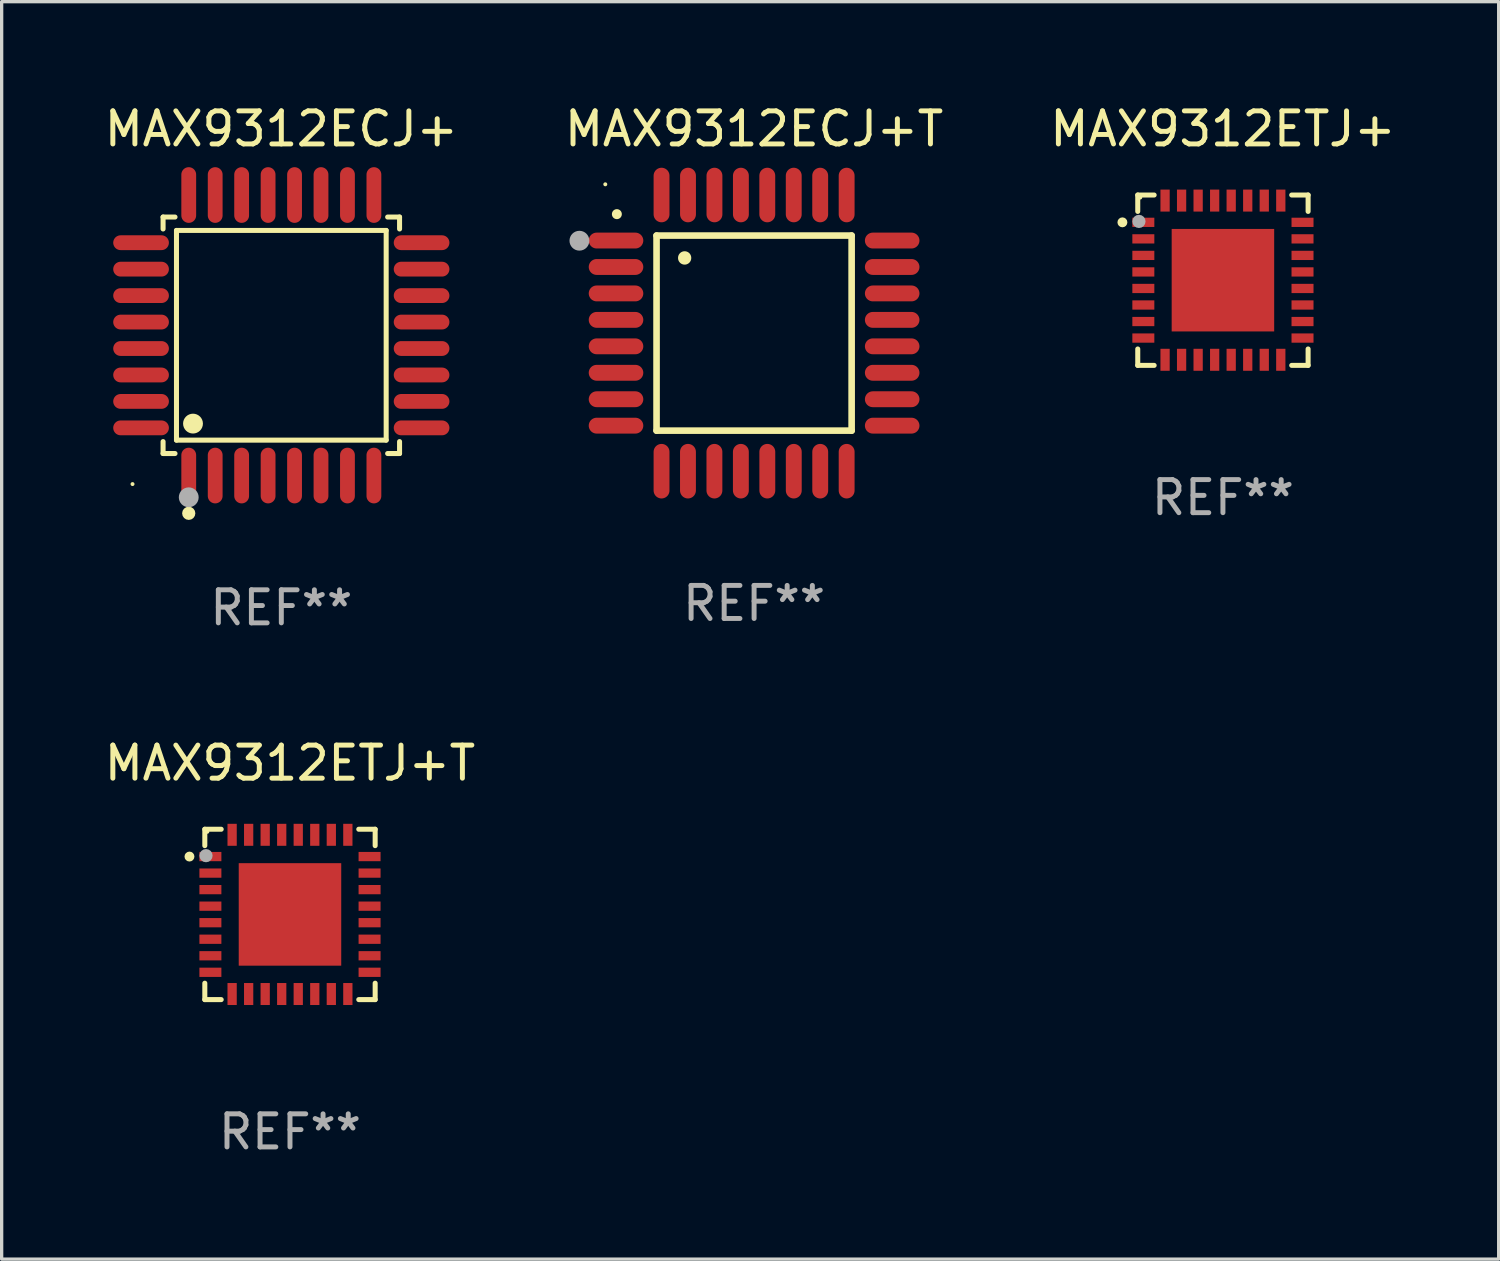
<source format=kicad_pcb>
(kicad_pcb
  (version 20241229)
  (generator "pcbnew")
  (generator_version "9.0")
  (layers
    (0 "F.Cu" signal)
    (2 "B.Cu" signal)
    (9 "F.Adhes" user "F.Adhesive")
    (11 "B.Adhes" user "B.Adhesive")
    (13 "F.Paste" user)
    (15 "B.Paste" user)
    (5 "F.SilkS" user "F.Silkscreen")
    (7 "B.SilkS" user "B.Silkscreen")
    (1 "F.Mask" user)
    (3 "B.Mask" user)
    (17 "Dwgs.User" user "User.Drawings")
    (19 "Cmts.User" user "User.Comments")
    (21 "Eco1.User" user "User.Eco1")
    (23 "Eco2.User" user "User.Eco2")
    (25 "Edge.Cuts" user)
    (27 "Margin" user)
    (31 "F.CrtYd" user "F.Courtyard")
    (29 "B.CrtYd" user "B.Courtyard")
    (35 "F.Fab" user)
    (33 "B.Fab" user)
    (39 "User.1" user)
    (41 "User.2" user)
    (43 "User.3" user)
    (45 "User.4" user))
  (footprint "MAX9312ETJ+T"
    (layer "F.Cu")
    (at 5.72 24.605)
    (property "Reference" "MAX9312ETJ+T" (at 0 -4.576 0) (layer "F.SilkS") (effects (font (size 1 1) (thickness 0.15))))
    (attr through_hole)
    (fp_line (start -2.576 -2.576) (end -2.576 -2.08) (stroke (width 0.152) (type solid)) (layer "F.SilkS"))
    (fp_line (start -2.576 2.576) (end -2.576 2.08) (stroke (width 0.152) (type solid)) (layer "F.SilkS"))
    (fp_line (start -2.08 -2.576) (end -2.576 -2.576) (stroke (width 0.152) (type solid)) (layer "F.SilkS"))
    (fp_line (start -2.08 2.576) (end -2.576 2.576) (stroke (width 0.152) (type solid)) (layer "F.SilkS"))
    (fp_line (start 2.08 -2.576) (end 2.576 -2.576) (stroke (width 0.152) (type solid)) (layer "F.SilkS"))
    (fp_line (start 2.08 2.576) (end 2.576 2.576) (stroke (width 0.152) (type solid)) (layer "F.SilkS"))
    (fp_line (start 2.576 -2.576) (end 2.576 -2.08) (stroke (width 0.152) (type solid)) (layer "F.SilkS"))
    (fp_line (start 2.576 2.576) (end 2.576 2.08) (stroke (width 0.152) (type solid)) (layer "F.SilkS"))
    (fp_circle (center -3.04 -1.75) (end -2.965 -1.75) (stroke (width 0.15) (type solid)) (fill no) (layer "F.SilkS"))
    (fp_circle (center -2.5 -2.5) (end -2.47 -2.5) (stroke (width 0.06) (type solid)) (fill no) (layer "F.SilkS"))
    (fp_circle (center -2.54 -1.778) (end -2.44 -1.778) (stroke (width 0.2) (type solid)) (fill no) (layer "F.Fab"))
    (fp_text user "REF**" (at 0 6.576 0) (layer "F.Fab") (effects (font (size 1 1) (thickness 0.15))))
    (pad "1" smd rect (at -2.407 -1.75) (size 0.665 0.28) (layers "F.Cu" "F.Mask" "F.Paste"))
    (pad "2" smd rect (at -2.407 -1.25) (size 0.665 0.28) (layers "F.Cu" "F.Mask" "F.Paste"))
    (pad "3" smd rect (at -2.407 -0.75) (size 0.665 0.28) (layers "F.Cu" "F.Mask" "F.Paste"))
    (pad "4" smd rect (at -2.407 -0.25) (size 0.665 0.28) (layers "F.Cu" "F.Mask" "F.Paste"))
    (pad "5" smd rect (at -2.407 0.25) (size 0.665 0.28) (layers "F.Cu" "F.Mask" "F.Paste"))
    (pad "6" smd rect (at -2.407 0.75) (size 0.665 0.28) (layers "F.Cu" "F.Mask" "F.Paste"))
    (pad "7" smd rect (at -2.407 1.25) (size 0.665 0.28) (layers "F.Cu" "F.Mask" "F.Paste"))
    (pad "8" smd rect (at -2.407 1.75) (size 0.665 0.28) (layers "F.Cu" "F.Mask" "F.Paste"))
    (pad "9" smd rect (at -1.75 2.407) (size 0.28 0.665) (layers "F.Cu" "F.Mask" "F.Paste"))
    (pad "10" smd rect (at -1.25 2.407) (size 0.28 0.665) (layers "F.Cu" "F.Mask" "F.Paste"))
    (pad "11" smd rect (at -0.75 2.407) (size 0.28 0.665) (layers "F.Cu" "F.Mask" "F.Paste"))
    (pad "12" smd rect (at -0.25 2.407) (size 0.28 0.665) (layers "F.Cu" "F.Mask" "F.Paste"))
    (pad "13" smd rect (at 0.25 2.407) (size 0.28 0.665) (layers "F.Cu" "F.Mask" "F.Paste"))
    (pad "14" smd rect (at 0.75 2.407) (size 0.28 0.665) (layers "F.Cu" "F.Mask" "F.Paste"))
    (pad "15" smd rect (at 1.25 2.407) (size 0.28 0.665) (layers "F.Cu" "F.Mask" "F.Paste"))
    (pad "16" smd rect (at 1.75 2.407) (size 0.28 0.665) (layers "F.Cu" "F.Mask" "F.Paste"))
    (pad "17" smd rect (at 2.407 1.75) (size 0.665 0.28) (layers "F.Cu" "F.Mask" "F.Paste"))
    (pad "18" smd rect (at 2.407 1.25) (size 0.665 0.28) (layers "F.Cu" "F.Mask" "F.Paste"))
    (pad "19" smd rect (at 2.407 0.75) (size 0.665 0.28) (layers "F.Cu" "F.Mask" "F.Paste"))
    (pad "20" smd rect (at 2.407 0.25) (size 0.665 0.28) (layers "F.Cu" "F.Mask" "F.Paste"))
    (pad "21" smd rect (at 2.407 -0.25) (size 0.665 0.28) (layers "F.Cu" "F.Mask" "F.Paste"))
    (pad "22" smd rect (at 2.407 -0.75) (size 0.665 0.28) (layers "F.Cu" "F.Mask" "F.Paste"))
    (pad "23" smd rect (at 2.407 -1.25) (size 0.665 0.28) (layers "F.Cu" "F.Mask" "F.Paste"))
    (pad "24" smd rect (at 2.407 -1.75) (size 0.665 0.28) (layers "F.Cu" "F.Mask" "F.Paste"))
    (pad "25" smd rect (at 1.75 -2.408) (size 0.28 0.665) (layers "F.Cu" "F.Mask" "F.Paste"))
    (pad "26" smd rect (at 1.25 -2.408) (size 0.28 0.665) (layers "F.Cu" "F.Mask" "F.Paste"))
    (pad "27" smd rect (at 0.75 -2.408) (size 0.28 0.665) (layers "F.Cu" "F.Mask" "F.Paste"))
    (pad "28" smd rect (at 0.25 -2.408) (size 0.28 0.665) (layers "F.Cu" "F.Mask" "F.Paste"))
    (pad "29" smd rect (at -0.25 -2.408) (size 0.28 0.665) (layers "F.Cu" "F.Mask" "F.Paste"))
    (pad "30" smd rect (at -0.75 -2.408) (size 0.28 0.665) (layers "F.Cu" "F.Mask" "F.Paste"))
    (pad "31" smd rect (at -1.25 -2.408) (size 0.28 0.665) (layers "F.Cu" "F.Mask" "F.Paste"))
    (pad "32" smd rect (at -1.75 -2.408) (size 0.28 0.665) (layers "F.Cu" "F.Mask" "F.Paste"))
    (pad "33" smd rect (at -0.000076 -0.000102) (size 3.1 3.1) (layers "F.Cu" "F.Mask" "F.Paste")))
  (footprint "MAX9312ECJ+"
    (layer "F.Cu")
    (at 5.458 7.09)
    (property "Reference" "MAX9312ECJ+" (at 0 -6.242 0) (layer "F.SilkS") (effects (font (size 1 1) (thickness 0.15))))
    (attr through_hole)
    (fp_line (start -3.576 -3.576) (end -3.215 -3.576) (stroke (width 0.152) (type solid)) (layer "F.SilkS"))
    (fp_line (start -3.576 -3.215) (end -3.576 -3.576) (stroke (width 0.152) (type solid)) (layer "F.SilkS"))
    (fp_line (start -3.576 3.215) (end -3.576 3.576) (stroke (width 0.152) (type solid)) (layer "F.SilkS"))
    (fp_line (start -3.576 3.576) (end -3.215 3.576) (stroke (width 0.152) (type solid)) (layer "F.SilkS"))
    (fp_line (start -3.171 -3.171) (end 3.171 -3.171) (stroke (width 0.152) (type solid)) (layer "F.SilkS"))
    (fp_line (start -3.171 3.171) (end -3.171 -3.171) (stroke (width 0.152) (type solid)) (layer "F.SilkS"))
    (fp_line (start 3.171 -3.171) (end 3.171 3.171) (stroke (width 0.152) (type solid)) (layer "F.SilkS"))
    (fp_line (start 3.171 3.171) (end -3.171 3.171) (stroke (width 0.152) (type solid)) (layer "F.SilkS"))
    (fp_line (start 3.576 -3.576) (end 3.215 -3.576) (stroke (width 0.152) (type solid)) (layer "F.SilkS"))
    (fp_line (start 3.576 -3.215) (end 3.576 -3.576) (stroke (width 0.152) (type solid)) (layer "F.SilkS"))
    (fp_line (start 3.576 3.215) (end 3.576 3.576) (stroke (width 0.152) (type solid)) (layer "F.SilkS"))
    (fp_line (start 3.576 3.576) (end 3.215 3.576) (stroke (width 0.152) (type solid)) (layer "F.SilkS"))
    (fp_circle (center -4.5 4.5) (end -4.47 4.5) (stroke (width 0.06) (type solid)) (fill no) (layer "F.SilkS"))
    (fp_circle (center -2.8 5.384) (end -2.7 5.384) (stroke (width 0.2) (type solid)) (fill no) (layer "F.SilkS"))
    (fp_circle (center -2.671 2.671) (end -2.521 2.671) (stroke (width 0.3) (type solid)) (fill no) (layer "F.SilkS"))
    (fp_circle (center -2.8 4.9) (end -2.65 4.9) (stroke (width 0.3) (type solid)) (fill no) (layer "F.Fab"))
    (fp_text user "REF**" (at 0 8.242 0) (layer "F.Fab") (effects (font (size 1 1) (thickness 0.15))))
    (pad "1" smd oval (at -2.8 4.242) (size 0.448 1.684) (layers "F.Cu" "F.Mask" "F.Paste"))
    (pad "2" smd oval (at -2 4.242) (size 0.448 1.684) (layers "F.Cu" "F.Mask" "F.Paste"))
    (pad "3" smd oval (at -1.2 4.242) (size 0.448 1.684) (layers "F.Cu" "F.Mask" "F.Paste"))
    (pad "4" smd oval (at -0.4 4.242) (size 0.448 1.684) (layers "F.Cu" "F.Mask" "F.Paste"))
    (pad "5" smd oval (at 0.4 4.242) (size 0.448 1.684) (layers "F.Cu" "F.Mask" "F.Paste"))
    (pad "6" smd oval (at 1.2 4.242) (size 0.448 1.684) (layers "F.Cu" "F.Mask" "F.Paste"))
    (pad "7" smd oval (at 2 4.242) (size 0.448 1.684) (layers "F.Cu" "F.Mask" "F.Paste"))
    (pad "8" smd oval (at 2.8 4.242) (size 0.448 1.684) (layers "F.Cu" "F.Mask" "F.Paste"))
    (pad "9" smd oval (at 4.242 2.8) (size 1.684 0.448) (layers "F.Cu" "F.Mask" "F.Paste"))
    (pad "10" smd oval (at 4.242 2) (size 1.684 0.448) (layers "F.Cu" "F.Mask" "F.Paste"))
    (pad "11" smd oval (at 4.242 1.2) (size 1.684 0.448) (layers "F.Cu" "F.Mask" "F.Paste"))
    (pad "12" smd oval (at 4.242 0.4) (size 1.684 0.448) (layers "F.Cu" "F.Mask" "F.Paste"))
    (pad "13" smd oval (at 4.242 -0.4) (size 1.684 0.448) (layers "F.Cu" "F.Mask" "F.Paste"))
    (pad "14" smd oval (at 4.242 -1.2) (size 1.684 0.448) (layers "F.Cu" "F.Mask" "F.Paste"))
    (pad "15" smd oval (at 4.242 -2) (size 1.684 0.448) (layers "F.Cu" "F.Mask" "F.Paste"))
    (pad "16" smd oval (at 4.242 -2.8) (size 1.684 0.448) (layers "F.Cu" "F.Mask" "F.Paste"))
    (pad "17" smd oval (at 2.8 -4.242) (size 0.448 1.684) (layers "F.Cu" "F.Mask" "F.Paste"))
    (pad "18" smd oval (at 2 -4.242) (size 0.448 1.684) (layers "F.Cu" "F.Mask" "F.Paste"))
    (pad "19" smd oval (at 1.2 -4.242) (size 0.448 1.684) (layers "F.Cu" "F.Mask" "F.Paste"))
    (pad "20" smd oval (at 0.4 -4.242) (size 0.448 1.684) (layers "F.Cu" "F.Mask" "F.Paste"))
    (pad "21" smd oval (at -0.4 -4.242) (size 0.448 1.684) (layers "F.Cu" "F.Mask" "F.Paste"))
    (pad "22" smd oval (at -1.2 -4.242) (size 0.448 1.684) (layers "F.Cu" "F.Mask" "F.Paste"))
    (pad "23" smd oval (at -2 -4.242) (size 0.448 1.684) (layers "F.Cu" "F.Mask" "F.Paste"))
    (pad "24" smd oval (at -2.8 -4.242) (size 0.448 1.684) (layers "F.Cu" "F.Mask" "F.Paste"))
    (pad "25" smd oval (at -4.242 -2.8) (size 1.684 0.448) (layers "F.Cu" "F.Mask" "F.Paste"))
    (pad "26" smd oval (at -4.242 -2) (size 1.684 0.448) (layers "F.Cu" "F.Mask" "F.Paste"))
    (pad "27" smd oval (at -4.242 -1.2) (size 1.684 0.448) (layers "F.Cu" "F.Mask" "F.Paste"))
    (pad "28" smd oval (at -4.242 -0.4) (size 1.684 0.448) (layers "F.Cu" "F.Mask" "F.Paste"))
    (pad "29" smd oval (at -4.242 0.4) (size 1.684 0.448) (layers "F.Cu" "F.Mask" "F.Paste"))
    (pad "30" smd oval (at -4.242 1.2) (size 1.684 0.448) (layers "F.Cu" "F.Mask" "F.Paste"))
    (pad "31" smd oval (at -4.242 2) (size 1.684 0.448) (layers "F.Cu" "F.Mask" "F.Paste"))
    (pad "32" smd oval (at -4.242 2.8) (size 1.684 0.448) (layers "F.Cu" "F.Mask" "F.Paste")))
  (footprint "MAX9312ETJ+"
    (layer "F.Cu")
    (at 33.935 5.424)
    (property "Reference" "MAX9312ETJ+" (at 0 -4.576 0) (layer "F.SilkS") (effects (font (size 1 1) (thickness 0.15))))
    (attr through_hole)
    (fp_line (start -2.576 -2.576) (end -2.576 -2.08) (stroke (width 0.152) (type solid)) (layer "F.SilkS"))
    (fp_line (start -2.576 2.576) (end -2.576 2.08) (stroke (width 0.152) (type solid)) (layer "F.SilkS"))
    (fp_line (start -2.08 -2.576) (end -2.576 -2.576) (stroke (width 0.152) (type solid)) (layer "F.SilkS"))
    (fp_line (start -2.08 2.576) (end -2.576 2.576) (stroke (width 0.152) (type solid)) (layer "F.SilkS"))
    (fp_line (start 2.08 -2.576) (end 2.576 -2.576) (stroke (width 0.152) (type solid)) (layer "F.SilkS"))
    (fp_line (start 2.08 2.576) (end 2.576 2.576) (stroke (width 0.152) (type solid)) (layer "F.SilkS"))
    (fp_line (start 2.576 -2.576) (end 2.576 -2.08) (stroke (width 0.152) (type solid)) (layer "F.SilkS"))
    (fp_line (start 2.576 2.576) (end 2.576 2.08) (stroke (width 0.152) (type solid)) (layer "F.SilkS"))
    (fp_circle (center -3.04 -1.75) (end -2.965 -1.75) (stroke (width 0.15) (type solid)) (fill no) (layer "F.SilkS"))
    (fp_circle (center -2.5 -2.5) (end -2.47 -2.5) (stroke (width 0.06) (type solid)) (fill no) (layer "F.SilkS"))
    (fp_circle (center -2.54 -1.778) (end -2.44 -1.778) (stroke (width 0.2) (type solid)) (fill no) (layer "F.Fab"))
    (fp_text user "REF**" (at 0 6.576 0) (layer "F.Fab") (effects (font (size 1 1) (thickness 0.15))))
    (pad "1" smd rect (at -2.407 -1.75) (size 0.665 0.28) (layers "F.Cu" "F.Mask" "F.Paste"))
    (pad "2" smd rect (at -2.407 -1.25) (size 0.665 0.28) (layers "F.Cu" "F.Mask" "F.Paste"))
    (pad "3" smd rect (at -2.407 -0.75) (size 0.665 0.28) (layers "F.Cu" "F.Mask" "F.Paste"))
    (pad "4" smd rect (at -2.407 -0.25) (size 0.665 0.28) (layers "F.Cu" "F.Mask" "F.Paste"))
    (pad "5" smd rect (at -2.407 0.25) (size 0.665 0.28) (layers "F.Cu" "F.Mask" "F.Paste"))
    (pad "6" smd rect (at -2.407 0.75) (size 0.665 0.28) (layers "F.Cu" "F.Mask" "F.Paste"))
    (pad "7" smd rect (at -2.407 1.25) (size 0.665 0.28) (layers "F.Cu" "F.Mask" "F.Paste"))
    (pad "8" smd rect (at -2.407 1.75) (size 0.665 0.28) (layers "F.Cu" "F.Mask" "F.Paste"))
    (pad "9" smd rect (at -1.75 2.407) (size 0.28 0.665) (layers "F.Cu" "F.Mask" "F.Paste"))
    (pad "10" smd rect (at -1.25 2.407) (size 0.28 0.665) (layers "F.Cu" "F.Mask" "F.Paste"))
    (pad "11" smd rect (at -0.75 2.407) (size 0.28 0.665) (layers "F.Cu" "F.Mask" "F.Paste"))
    (pad "12" smd rect (at -0.25 2.407) (size 0.28 0.665) (layers "F.Cu" "F.Mask" "F.Paste"))
    (pad "13" smd rect (at 0.25 2.407) (size 0.28 0.665) (layers "F.Cu" "F.Mask" "F.Paste"))
    (pad "14" smd rect (at 0.75 2.407) (size 0.28 0.665) (layers "F.Cu" "F.Mask" "F.Paste"))
    (pad "15" smd rect (at 1.25 2.407) (size 0.28 0.665) (layers "F.Cu" "F.Mask" "F.Paste"))
    (pad "16" smd rect (at 1.75 2.407) (size 0.28 0.665) (layers "F.Cu" "F.Mask" "F.Paste"))
    (pad "17" smd rect (at 2.407 1.75) (size 0.665 0.28) (layers "F.Cu" "F.Mask" "F.Paste"))
    (pad "18" smd rect (at 2.407 1.25) (size 0.665 0.28) (layers "F.Cu" "F.Mask" "F.Paste"))
    (pad "19" smd rect (at 2.407 0.75) (size 0.665 0.28) (layers "F.Cu" "F.Mask" "F.Paste"))
    (pad "20" smd rect (at 2.407 0.25) (size 0.665 0.28) (layers "F.Cu" "F.Mask" "F.Paste"))
    (pad "21" smd rect (at 2.407 -0.25) (size 0.665 0.28) (layers "F.Cu" "F.Mask" "F.Paste"))
    (pad "22" smd rect (at 2.407 -0.75) (size 0.665 0.28) (layers "F.Cu" "F.Mask" "F.Paste"))
    (pad "23" smd rect (at 2.407 -1.25) (size 0.665 0.28) (layers "F.Cu" "F.Mask" "F.Paste"))
    (pad "24" smd rect (at 2.407 -1.75) (size 0.665 0.28) (layers "F.Cu" "F.Mask" "F.Paste"))
    (pad "25" smd rect (at 1.75 -2.408) (size 0.28 0.665) (layers "F.Cu" "F.Mask" "F.Paste"))
    (pad "26" smd rect (at 1.25 -2.408) (size 0.28 0.665) (layers "F.Cu" "F.Mask" "F.Paste"))
    (pad "27" smd rect (at 0.75 -2.408) (size 0.28 0.665) (layers "F.Cu" "F.Mask" "F.Paste"))
    (pad "28" smd rect (at 0.25 -2.408) (size 0.28 0.665) (layers "F.Cu" "F.Mask" "F.Paste"))
    (pad "29" smd rect (at -0.25 -2.408) (size 0.28 0.665) (layers "F.Cu" "F.Mask" "F.Paste"))
    (pad "30" smd rect (at -0.75 -2.408) (size 0.28 0.665) (layers "F.Cu" "F.Mask" "F.Paste"))
    (pad "31" smd rect (at -1.25 -2.408) (size 0.28 0.665) (layers "F.Cu" "F.Mask" "F.Paste"))
    (pad "32" smd rect (at -1.75 -2.408) (size 0.28 0.665) (layers "F.Cu" "F.Mask" "F.Paste"))
    (pad "33" smd rect (at -0.000076 -0.000102) (size 3.1 3.1) (layers "F.Cu" "F.Mask" "F.Paste")))
  (footprint "MAX9312ECJ+T"
    (layer "F.Cu")
    (at 19.756 7.024)
    (property "Reference" "MAX9312ECJ+T" (at 0 -6.176 0) (layer "F.SilkS") (effects (font (size 1 1) (thickness 0.15))))
    (attr through_hole)
    (fp_line (start -2.95 -2.95) (end -2.95 2.95) (stroke (width 0.2) (type solid)) (layer "F.SilkS"))
    (fp_line (start -2.95 2.95) (end 2.95 2.95) (stroke (width 0.2) (type solid)) (layer "F.SilkS"))
    (fp_line (start 2.95 -2.95) (end -2.95 -2.95) (stroke (width 0.2) (type solid)) (layer "F.SilkS"))
    (fp_line (start 2.95 2.95) (end 2.95 -2.95) (stroke (width 0.2) (type solid)) (layer "F.SilkS"))
    (fp_arc (start -4.150178 -3.596622) (mid -4.150183 -3.597892) (end -4.150178 -3.599162) (stroke (width 0.3) (type solid)) (layer "F.SilkS"))
    (fp_arc (start -2.100394 -2.270739) (mid -2.10041 -2.273279) (end -2.100394 -2.275819) (stroke (width 0.4) (type solid)) (layer "F.SilkS"))
    (fp_circle (center -4.5 -4.5) (end -4.47 -4.5) (stroke (width 0.06) (type solid)) (fill no) (layer "F.SilkS"))
    (fp_circle (center -5.283 -2.794) (end -5.133 -2.794) (stroke (width 0.3) (type solid)) (fill no) (layer "F.Fab"))
    (fp_text user "REF**" (at 0 8.176 0) (layer "F.Fab") (effects (font (size 1 1) (thickness 0.15))))
    (pad "1" smd oval (at -4.176 -2.799 90) (size 0.48 1.65) (layers "F.Cu" "F.Mask" "F.Paste"))
    (pad "2" smd oval (at -4.176 -2 90) (size 0.48 1.65) (layers "F.Cu" "F.Mask" "F.Paste"))
    (pad "3" smd oval (at -4.176 -1.2 90) (size 0.48 1.65) (layers "F.Cu" "F.Mask" "F.Paste"))
    (pad "4" smd oval (at -4.176 -0.4 90) (size 0.48 1.65) (layers "F.Cu" "F.Mask" "F.Paste"))
    (pad "5" smd oval (at -4.176 0.4 90) (size 0.48 1.65) (layers "F.Cu" "F.Mask" "F.Paste"))
    (pad "6" smd oval (at -4.176 1.2 90) (size 0.48 1.65) (layers "F.Cu" "F.Mask" "F.Paste"))
    (pad "7" smd oval (at -4.176 2 90) (size 0.48 1.65) (layers "F.Cu" "F.Mask" "F.Paste"))
    (pad "8" smd oval (at -4.176 2.799 90) (size 0.48 1.65) (layers "F.Cu" "F.Mask" "F.Paste"))
    (pad "9" smd oval (at -2.799 4.176) (size 0.48 1.65) (layers "F.Cu" "F.Mask" "F.Paste"))
    (pad "10" smd oval (at -2 4.176) (size 0.48 1.65) (layers "F.Cu" "F.Mask" "F.Paste"))
    (pad "11" smd oval (at -1.2 4.176) (size 0.48 1.65) (layers "F.Cu" "F.Mask" "F.Paste"))
    (pad "12" smd oval (at -0.4 4.176) (size 0.48 1.65) (layers "F.Cu" "F.Mask" "F.Paste"))
    (pad "13" smd oval (at 0.4 4.176) (size 0.48 1.65) (layers "F.Cu" "F.Mask" "F.Paste"))
    (pad "14" smd oval (at 1.2 4.176) (size 0.48 1.65) (layers "F.Cu" "F.Mask" "F.Paste"))
    (pad "15" smd oval (at 2 4.176) (size 0.48 1.65) (layers "F.Cu" "F.Mask" "F.Paste"))
    (pad "16" smd oval (at 2.799 4.176) (size 0.48 1.65) (layers "F.Cu" "F.Mask" "F.Paste"))
    (pad "17" smd oval (at 4.176 2.799 90) (size 0.48 1.65) (layers "F.Cu" "F.Mask" "F.Paste"))
    (pad "18" smd oval (at 4.176 2 90) (size 0.48 1.65) (layers "F.Cu" "F.Mask" "F.Paste"))
    (pad "19" smd oval (at 4.176 1.2 90) (size 0.48 1.65) (layers "F.Cu" "F.Mask" "F.Paste"))
    (pad "20" smd oval (at 4.176 0.4 90) (size 0.48 1.65) (layers "F.Cu" "F.Mask" "F.Paste"))
    (pad "21" smd oval (at 4.176 -0.4 90) (size 0.48 1.65) (layers "F.Cu" "F.Mask" "F.Paste"))
    (pad "22" smd oval (at 4.176 -1.2 90) (size 0.48 1.65) (layers "F.Cu" "F.Mask" "F.Paste"))
    (pad "23" smd oval (at 4.176 -2 90) (size 0.48 1.65) (layers "F.Cu" "F.Mask" "F.Paste"))
    (pad "24" smd oval (at 4.176 -2.799 90) (size 0.48 1.65) (layers "F.Cu" "F.Mask" "F.Paste"))
    (pad "25" smd oval (at 2.799 -4.176) (size 0.48 1.65) (layers "F.Cu" "F.Mask" "F.Paste"))
    (pad "26" smd oval (at 1.999 -4.176) (size 0.48 1.65) (layers "F.Cu" "F.Mask" "F.Paste"))
    (pad "27" smd oval (at 1.199 -4.176) (size 0.48 1.65) (layers "F.Cu" "F.Mask" "F.Paste"))
    (pad "28" smd oval (at 0.399 -4.176) (size 0.48 1.65) (layers "F.Cu" "F.Mask" "F.Paste"))
    (pad "29" smd oval (at -0.399 -4.176) (size 0.48 1.65) (layers "F.Cu" "F.Mask" "F.Paste"))
    (pad "30" smd oval (at -1.199 -4.176) (size 0.48 1.65) (layers "F.Cu" "F.Mask" "F.Paste"))
    (pad "31" smd oval (at -1.999 -4.176) (size 0.48 1.65) (layers "F.Cu" "F.Mask" "F.Paste"))
    (pad "32" smd oval (at -2.799 -4.176) (size 0.48 1.65) (layers "F.Cu" "F.Mask" "F.Paste")))
  (gr_rect
    (start -3 -3)
    (end 42.274 35.03)
    (stroke (width 0.1) (type default))
    (fill no)
    (layer "Edge.Cuts")))
</source>
